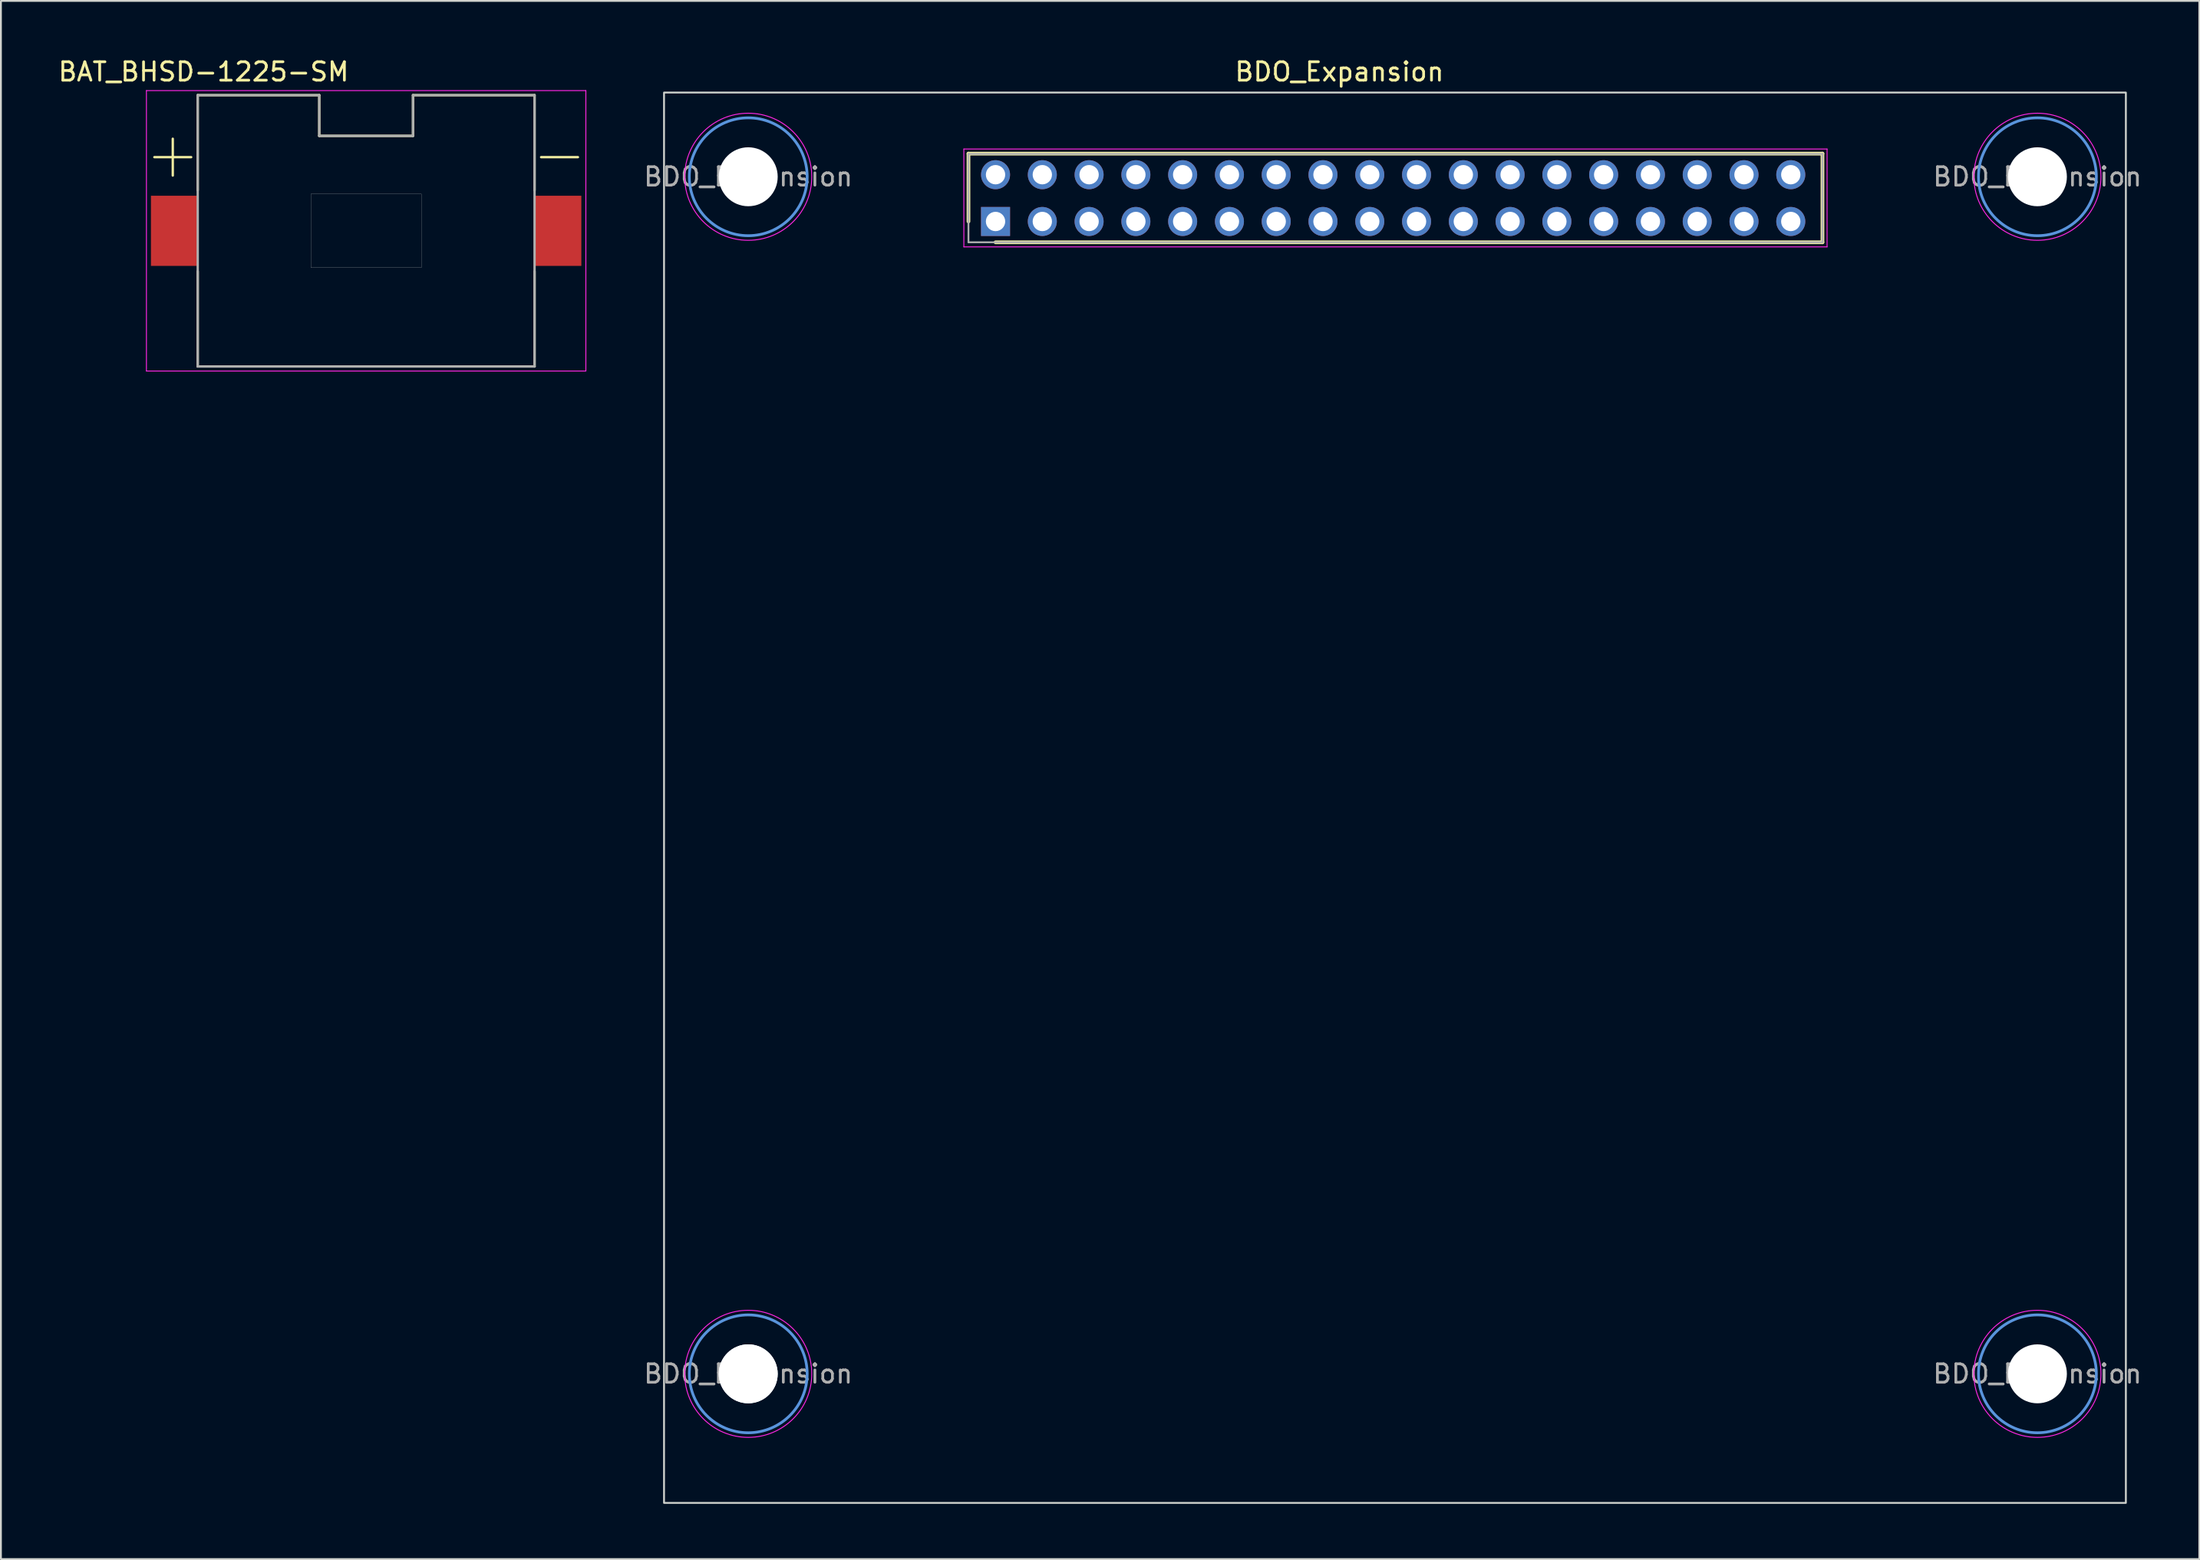
<source format=kicad_pcb>
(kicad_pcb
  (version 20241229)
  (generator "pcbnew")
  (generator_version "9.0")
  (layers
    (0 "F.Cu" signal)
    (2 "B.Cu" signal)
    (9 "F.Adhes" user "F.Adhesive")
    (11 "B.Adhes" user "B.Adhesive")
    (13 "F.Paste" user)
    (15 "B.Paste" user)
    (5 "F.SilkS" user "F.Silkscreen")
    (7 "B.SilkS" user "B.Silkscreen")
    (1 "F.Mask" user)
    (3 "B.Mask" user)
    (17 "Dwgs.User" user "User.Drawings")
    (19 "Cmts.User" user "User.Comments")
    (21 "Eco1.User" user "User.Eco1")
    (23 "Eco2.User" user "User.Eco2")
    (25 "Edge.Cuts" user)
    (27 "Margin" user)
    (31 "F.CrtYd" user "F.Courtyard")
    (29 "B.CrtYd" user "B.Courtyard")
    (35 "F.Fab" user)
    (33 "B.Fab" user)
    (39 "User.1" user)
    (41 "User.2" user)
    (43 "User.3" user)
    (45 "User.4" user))
  (footprint "BDO_Expansion"
    (layer "F.Cu")
    (at 72.278 40.648)
    (property "Reference" "BDO_Expansion" (at -2.6 -39.8 0) (unlocked yes) (layer "F.SilkS") (effects (font (size 1 1) (thickness 0.15))))
    (attr through_hole)
    (fp_line (start -22.742 -35.357) (end -22.742 -31.672) (stroke (width 0.2) (type solid)) (layer "F.SilkS"))
    (fp_line (start -21.272 -30.542) (end 23.628 -30.542) (stroke (width 0.2) (type solid)) (layer "F.SilkS"))
    (fp_line (start 23.628 -35.357) (end -22.742 -35.357) (stroke (width 0.2) (type solid)) (layer "F.SilkS"))
    (fp_line (start 23.628 -30.542) (end 23.628 -35.357) (stroke (width 0.2) (type solid)) (layer "F.SilkS"))
    (fp_circle (center -34.7 -34.1) (end -31.5 -34.1) (stroke (width 0.15) (type solid)) (fill no) (layer "Cmts.User"))
    (fp_circle (center -34.7 30.9) (end -31.5 30.9) (stroke (width 0.15) (type solid)) (fill no) (layer "Cmts.User"))
    (fp_circle (center 35.3 -34.1) (end 38.5 -34.1) (stroke (width 0.15) (type solid)) (fill no) (layer "Cmts.User"))
    (fp_circle (center 35.3 30.9) (end 38.5 30.9) (stroke (width 0.15) (type solid)) (fill no) (layer "Cmts.User"))
    (fp_rect (start -39.272 -38.672) (end 40.103 37.909) (stroke (width 0.1) (type solid)) (fill no) (layer "Edge.Cuts"))
    (fp_line (start -22.992 -35.607) (end 23.878 -35.607) (stroke (width 0.05) (type solid)) (layer "F.CrtYd"))
    (fp_line (start -22.992 -30.292) (end -22.992 -35.607) (stroke (width 0.05) (type solid)) (layer "F.CrtYd"))
    (fp_line (start 23.878 -35.607) (end 23.878 -30.292) (stroke (width 0.05) (type solid)) (layer "F.CrtYd"))
    (fp_line (start 23.878 -30.292) (end -22.992 -30.292) (stroke (width 0.05) (type solid)) (layer "F.CrtYd"))
    (fp_circle (center -34.7 -34.1) (end -31.25 -34.1) (stroke (width 0.05) (type solid)) (fill no) (layer "F.CrtYd"))
    (fp_circle (center -34.7 30.9) (end -31.25 30.9) (stroke (width 0.05) (type solid)) (fill no) (layer "F.CrtYd"))
    (fp_circle (center 35.3 -34.1) (end 38.75 -34.1) (stroke (width 0.05) (type solid)) (fill no) (layer "F.CrtYd"))
    (fp_circle (center 35.3 30.9) (end 38.75 30.9) (stroke (width 0.05) (type solid)) (fill no) (layer "F.CrtYd"))
    (fp_line (start -22.742 -35.342) (end 23.628 -35.342) (stroke (width 0.1) (type solid)) (layer "F.Fab"))
    (fp_line (start -22.742 -30.542) (end -22.742 -35.342) (stroke (width 0.1) (type solid)) (layer "F.Fab"))
    (fp_line (start 23.628 -35.342) (end 23.628 -30.542) (stroke (width 0.1) (type solid)) (layer "F.Fab"))
    (fp_line (start 23.628 -30.542) (end -22.742 -30.542) (stroke (width 0.1) (type solid)) (layer "F.Fab"))
    (fp_text user "${REFERENCE}" (at 35.3 -34.1 0) (layer "F.Fab") (effects (font (size 1 1) (thickness 0.15))))
    (fp_text user "${REFERENCE}" (at 35.3 30.9 0) (layer "F.Fab") (effects (font (size 1 1) (thickness 0.15))))
    (fp_text user "${REFERENCE}" (at -34.7 30.9 0) (layer "F.Fab") (effects (font (size 1 1) (thickness 0.15))))
    (fp_text user "${REFERENCE}" (at -34.7 -34.1 0) (layer "F.Fab") (effects (font (size 1 1) (thickness 0.15))))
    (pad "" np_thru_hole circle (at -34.7 -34.1) (size 3.2 3.2) (drill 3.2) (layers "*.Cu" "*.Mask"))
    (pad "" np_thru_hole circle (at -34.7 30.9) (size 3.2 3.2) (drill 3.2) (layers "*.Cu" "*.Mask"))
    (pad "" np_thru_hole circle (at -34.7 30.9) (size 3.2 3.2) (drill 3.2) (layers "*.Cu" "*.Mask"))
    (pad "" np_thru_hole circle (at 35.3 -34.1) (size 3.2 3.2) (drill 3.2) (layers "*.Cu" "*.Mask"))
    (pad "" np_thru_hole circle (at 35.3 30.9) (size 3.2 3.2) (drill 3.2) (layers "*.Cu" "*.Mask"))
    (pad "1" thru_hole rect (at -21.272 -31.672) (size 1.575 1.575) (drill 1.05) (layers "*.Cu" "*.Mask"))
    (pad "2" thru_hole circle (at -21.272 -34.212) (size 1.575 1.575) (drill 1.05) (layers "*.Cu" "*.Mask"))
    (pad "3" thru_hole circle (at -18.732 -31.672) (size 1.575 1.575) (drill 1.05) (layers "*.Cu" "*.Mask"))
    (pad "4" thru_hole circle (at -18.732 -34.212) (size 1.575 1.575) (drill 1.05) (layers "*.Cu" "*.Mask"))
    (pad "5" thru_hole circle (at -16.192 -31.672) (size 1.575 1.575) (drill 1.05) (layers "*.Cu" "*.Mask"))
    (pad "6" thru_hole circle (at -16.192 -34.212) (size 1.575 1.575) (drill 1.05) (layers "*.Cu" "*.Mask"))
    (pad "7" thru_hole circle (at -13.652 -31.672) (size 1.575 1.575) (drill 1.05) (layers "*.Cu" "*.Mask"))
    (pad "8" thru_hole circle (at -13.652 -34.212) (size 1.575 1.575) (drill 1.05) (layers "*.Cu" "*.Mask"))
    (pad "9" thru_hole circle (at -11.112 -31.672) (size 1.575 1.575) (drill 1.05) (layers "*.Cu" "*.Mask"))
    (pad "10" thru_hole circle (at -11.112 -34.212) (size 1.575 1.575) (drill 1.05) (layers "*.Cu" "*.Mask"))
    (pad "11" thru_hole circle (at -8.572 -31.672) (size 1.575 1.575) (drill 1.05) (layers "*.Cu" "*.Mask"))
    (pad "12" thru_hole circle (at -8.572 -34.212) (size 1.575 1.575) (drill 1.05) (layers "*.Cu" "*.Mask"))
    (pad "13" thru_hole circle (at -6.032 -31.672) (size 1.575 1.575) (drill 1.05) (layers "*.Cu" "*.Mask"))
    (pad "14" thru_hole circle (at -6.032 -34.212) (size 1.575 1.575) (drill 1.05) (layers "*.Cu" "*.Mask"))
    (pad "15" thru_hole circle (at -3.492 -31.672) (size 1.575 1.575) (drill 1.05) (layers "*.Cu" "*.Mask"))
    (pad "16" thru_hole circle (at -3.492 -34.212) (size 1.575 1.575) (drill 1.05) (layers "*.Cu" "*.Mask"))
    (pad "17" thru_hole circle (at -0.952 -31.672) (size 1.575 1.575) (drill 1.05) (layers "*.Cu" "*.Mask"))
    (pad "18" thru_hole circle (at -0.952 -34.212) (size 1.575 1.575) (drill 1.05) (layers "*.Cu" "*.Mask"))
    (pad "19" thru_hole circle (at 1.588 -31.672) (size 1.575 1.575) (drill 1.05) (layers "*.Cu" "*.Mask"))
    (pad "20" thru_hole circle (at 1.588 -34.212) (size 1.575 1.575) (drill 1.05) (layers "*.Cu" "*.Mask"))
    (pad "21" thru_hole circle (at 4.128 -31.672) (size 1.575 1.575) (drill 1.05) (layers "*.Cu" "*.Mask"))
    (pad "22" thru_hole circle (at 4.128 -34.212) (size 1.575 1.575) (drill 1.05) (layers "*.Cu" "*.Mask"))
    (pad "23" thru_hole circle (at 6.668 -31.672) (size 1.575 1.575) (drill 1.05) (layers "*.Cu" "*.Mask"))
    (pad "24" thru_hole circle (at 6.668 -34.212) (size 1.575 1.575) (drill 1.05) (layers "*.Cu" "*.Mask"))
    (pad "25" thru_hole circle (at 9.208 -31.672) (size 1.575 1.575) (drill 1.05) (layers "*.Cu" "*.Mask"))
    (pad "26" thru_hole circle (at 9.208 -34.212) (size 1.575 1.575) (drill 1.05) (layers "*.Cu" "*.Mask"))
    (pad "27" thru_hole circle (at 11.748 -31.672) (size 1.575 1.575) (drill 1.05) (layers "*.Cu" "*.Mask"))
    (pad "28" thru_hole circle (at 11.748 -34.212) (size 1.575 1.575) (drill 1.05) (layers "*.Cu" "*.Mask"))
    (pad "29" thru_hole circle (at 14.288 -31.672) (size 1.575 1.575) (drill 1.05) (layers "*.Cu" "*.Mask"))
    (pad "30" thru_hole circle (at 14.288 -34.212) (size 1.575 1.575) (drill 1.05) (layers "*.Cu" "*.Mask"))
    (pad "31" thru_hole circle (at 16.828 -31.672) (size 1.575 1.575) (drill 1.05) (layers "*.Cu" "*.Mask"))
    (pad "32" thru_hole circle (at 16.828 -34.212) (size 1.575 1.575) (drill 1.05) (layers "*.Cu" "*.Mask"))
    (pad "33" thru_hole circle (at 19.368 -31.672) (size 1.575 1.575) (drill 1.05) (layers "*.Cu" "*.Mask"))
    (pad "34" thru_hole circle (at 19.368 -34.212) (size 1.575 1.575) (drill 1.05) (layers "*.Cu" "*.Mask"))
    (pad "35" thru_hole circle (at 21.908 -31.672) (size 1.575 1.575) (drill 1.05) (layers "*.Cu" "*.Mask"))
    (pad "36" thru_hole circle (at 21.908 -34.212) (size 1.575 1.575) (drill 1.05) (layers "*.Cu" "*.Mask")))
  (footprint "BAT_BHSD-1225-SM"
    (layer "F.Cu")
    (at 16.831 9.483)
    (property "Reference" "BAT_BHSD-1225-SM" (at -8.825 -8.635 0) (layer "F.SilkS") (effects (font (size 1 1) (thickness 0.15))))
    (attr smd)
    (fp_line (start -10.5 -4) (end -11.5 -4) (stroke (width 0.127) (type solid)) (layer "F.SilkS"))
    (fp_line (start -10.5 -4) (end -10.5 -5) (stroke (width 0.127) (type solid)) (layer "F.SilkS"))
    (fp_line (start -10.5 -4) (end -10.5 -3) (stroke (width 0.127) (type solid)) (layer "F.SilkS"))
    (fp_line (start -9.5 -4) (end -10.5 -4) (stroke (width 0.127) (type solid)) (layer "F.SilkS"))
    (fp_line (start -9.145 -7.365) (end -9.145 -2.2) (stroke (width 0.127) (type solid)) (layer "F.SilkS"))
    (fp_line (start -9.145 -7.365) (end -2.545 -7.365) (stroke (width 0.127) (type solid)) (layer "F.SilkS"))
    (fp_line (start -9.145 7.365) (end -9.145 2.2) (stroke (width 0.127) (type solid)) (layer "F.SilkS"))
    (fp_line (start -2.545 -7.365) (end -2.545 -5.155) (stroke (width 0.127) (type solid)) (layer "F.SilkS"))
    (fp_line (start -2.545 -5.155) (end 2.545 -5.155) (stroke (width 0.127) (type solid)) (layer "F.SilkS"))
    (fp_line (start 2.545 -7.365) (end 9.145 -7.365) (stroke (width 0.127) (type solid)) (layer "F.SilkS"))
    (fp_line (start 2.545 -5.155) (end 2.545 -7.365) (stroke (width 0.127) (type solid)) (layer "F.SilkS"))
    (fp_line (start 9.145 -7.365) (end 9.145 -2.2) (stroke (width 0.127) (type solid)) (layer "F.SilkS"))
    (fp_line (start 9.145 7.365) (end -9.145 7.365) (stroke (width 0.127) (type solid)) (layer "F.SilkS"))
    (fp_line (start 9.145 7.365) (end 9.145 2.2) (stroke (width 0.127) (type solid)) (layer "F.SilkS"))
    (fp_line (start 11.5 -4) (end 9.5 -4) (stroke (width 0.127) (type solid)) (layer "F.SilkS"))
    (fp_line (start -11.93 -7.615) (end 11.93 -7.615) (stroke (width 0.05) (type solid)) (layer "F.CrtYd"))
    (fp_line (start -11.93 7.615) (end -11.93 -7.615) (stroke (width 0.05) (type solid)) (layer "F.CrtYd"))
    (fp_line (start 11.93 -7.615) (end 11.93 7.615) (stroke (width 0.05) (type solid)) (layer "F.CrtYd"))
    (fp_line (start 11.93 7.615) (end -11.93 7.615) (stroke (width 0.05) (type solid)) (layer "F.CrtYd"))
    (fp_line (start -9.145 -7.365) (end -2.545 -7.365) (stroke (width 0.127) (type solid)) (layer "F.Fab"))
    (fp_line (start -9.145 7.365) (end -9.145 -7.365) (stroke (width 0.127) (type solid)) (layer "F.Fab"))
    (fp_line (start -2.545 -7.365) (end -2.545 -5.155) (stroke (width 0.127) (type solid)) (layer "F.Fab"))
    (fp_line (start -2.545 -5.155) (end 2.545 -5.155) (stroke (width 0.127) (type solid)) (layer "F.Fab"))
    (fp_line (start 2.545 -7.365) (end 9.145 -7.365) (stroke (width 0.127) (type solid)) (layer "F.Fab"))
    (fp_line (start 2.545 -5.155) (end 2.545 -7.365) (stroke (width 0.127) (type solid)) (layer "F.Fab"))
    (fp_line (start 9.145 -7.365) (end 9.145 7.365) (stroke (width 0.127) (type solid)) (layer "F.Fab"))
    (fp_line (start 9.145 7.365) (end -9.145 7.365) (stroke (width 0.127) (type solid)) (layer "F.Fab"))
    (fp_poly (pts (xy -3 -2) (xy 3 -2) (xy 3 2) (xy -3 2)) (stroke (width 0.01) (type solid)) (fill no) (layer "F.Fab"))
    (pad "+" smd rect (at -10.415 0) (size 2.54 3.81) (layers "F.Cu" "F.Mask" "F.Paste"))
    (pad "-" smd rect (at 10.415 0) (size 2.54 3.81) (layers "F.Cu" "F.Mask" "F.Paste")))
  (gr_rect
    (start -3 -3)
    (end 116.369 81.607)
    (stroke (width 0.1) (type default))
    (fill no)
    (layer "Edge.Cuts")))
</source>
